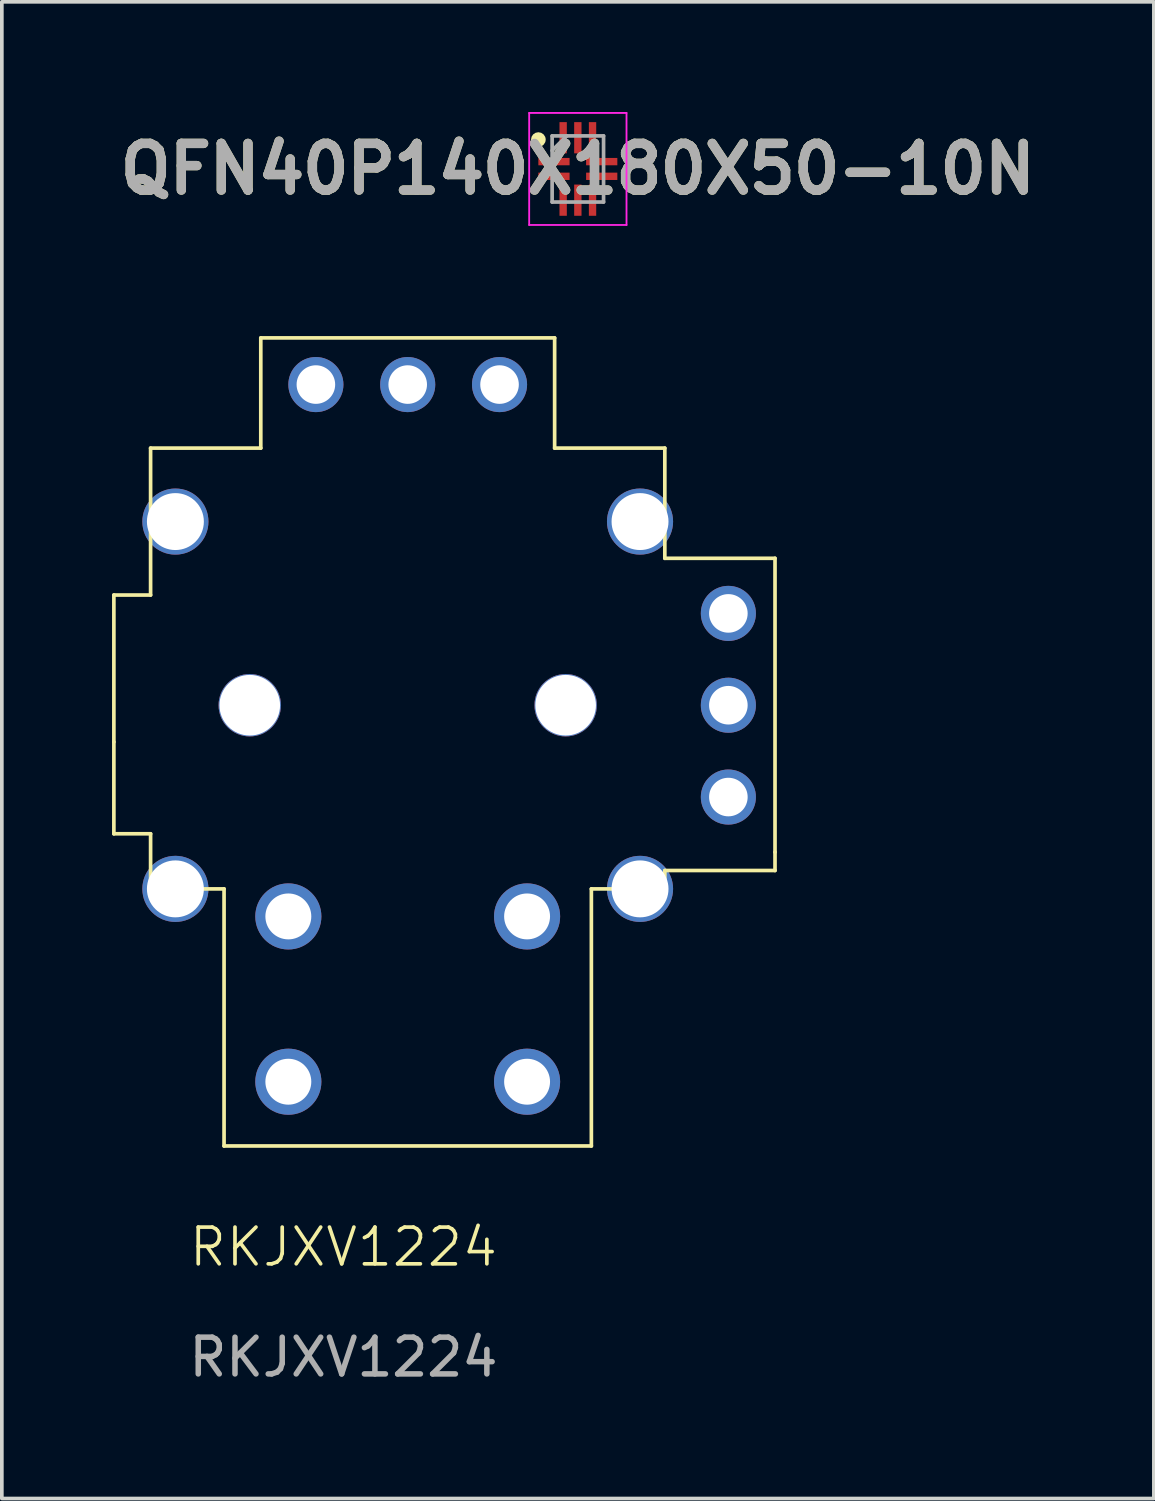
<source format=kicad_pcb>
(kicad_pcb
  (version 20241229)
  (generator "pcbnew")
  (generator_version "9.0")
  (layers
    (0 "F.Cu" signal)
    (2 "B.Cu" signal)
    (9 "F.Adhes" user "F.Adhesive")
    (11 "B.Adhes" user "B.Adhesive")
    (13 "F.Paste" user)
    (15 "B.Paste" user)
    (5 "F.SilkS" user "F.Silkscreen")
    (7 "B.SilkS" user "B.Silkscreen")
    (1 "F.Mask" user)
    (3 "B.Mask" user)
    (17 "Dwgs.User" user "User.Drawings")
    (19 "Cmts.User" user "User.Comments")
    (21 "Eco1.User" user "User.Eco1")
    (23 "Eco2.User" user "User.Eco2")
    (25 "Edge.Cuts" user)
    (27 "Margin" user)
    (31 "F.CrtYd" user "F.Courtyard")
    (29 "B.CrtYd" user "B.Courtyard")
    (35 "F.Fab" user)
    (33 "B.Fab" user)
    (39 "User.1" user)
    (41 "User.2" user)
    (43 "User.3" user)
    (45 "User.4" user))
  (footprint "QFN40P140X180X50-10N"
    (layer "F.Cu")
    (at 12.682 1.55)
    (property "Reference" "QFN40P140X180X50-10N" (at 0 0 0) (layer "F.SilkS") (effects (font (size 1.27 1.27) (thickness 0.254))))
    (attr smd)
    (fp_circle (center -1.075 -0.8) (end -1.075 -0.7) (stroke (width 0.2) (type solid)) (fill no) (layer "F.SilkS"))
    (fp_line (start -1.325 -1.525) (end 1.325 -1.525) (stroke (width 0.05) (type solid)) (layer "F.CrtYd"))
    (fp_line (start -1.325 1.525) (end -1.325 -1.525) (stroke (width 0.05) (type solid)) (layer "F.CrtYd"))
    (fp_line (start 1.325 -1.525) (end 1.325 1.525) (stroke (width 0.05) (type solid)) (layer "F.CrtYd"))
    (fp_line (start 1.325 1.525) (end -1.325 1.525) (stroke (width 0.05) (type solid)) (layer "F.CrtYd"))
    (fp_line (start -0.7 -0.9) (end 0.7 -0.9) (stroke (width 0.1) (type solid)) (layer "F.Fab"))
    (fp_line (start -0.7 -0.5) (end -0.3 -0.9) (stroke (width 0.1) (type solid)) (layer "F.Fab"))
    (fp_line (start -0.7 0.9) (end -0.7 -0.9) (stroke (width 0.1) (type solid)) (layer "F.Fab"))
    (fp_line (start 0.7 -0.9) (end 0.7 0.9) (stroke (width 0.1) (type solid)) (layer "F.Fab"))
    (fp_line (start 0.7 0.9) (end -0.7 0.9) (stroke (width 0.1) (type solid)) (layer "F.Fab"))
    (fp_text user "${REFERENCE}" (at 0 0 0) (layer "F.Fab") (effects (font (size 1.27 1.27) (thickness 0.254))))
    (pad "1" smd rect (at -0.65 -0.2 90) (size 0.2 0.85) (layers "F.Cu" "F.Mask" "F.Paste"))
    (pad "2" smd rect (at -0.65 0.2 90) (size 0.2 0.85) (layers "F.Cu" "F.Mask" "F.Paste"))
    (pad "3" smd rect (at -0.4 0.85) (size 0.2 0.85) (layers "F.Cu" "F.Mask" "F.Paste"))
    (pad "4" smd rect (at 0 0.85) (size 0.2 0.85) (layers "F.Cu" "F.Mask" "F.Paste"))
    (pad "5" smd rect (at 0.4 0.85) (size 0.2 0.85) (layers "F.Cu" "F.Mask" "F.Paste"))
    (pad "6" smd rect (at 0.65 0.2 90) (size 0.2 0.85) (layers "F.Cu" "F.Mask" "F.Paste"))
    (pad "7" smd rect (at 0.65 -0.2 90) (size 0.2 0.85) (layers "F.Cu" "F.Mask" "F.Paste"))
    (pad "8" smd rect (at 0.4 -0.85) (size 0.2 0.85) (layers "F.Cu" "F.Mask" "F.Paste"))
    (pad "9" smd rect (at 0 -0.85) (size 0.2 0.85) (layers "F.Cu" "F.Mask" "F.Paste"))
    (pad "10" smd rect (at -0.4 -0.85) (size 0.2 0.85) (layers "F.Cu" "F.Mask" "F.Paste")))
  (footprint "RKJXV1224"
    (layer "F.Cu")
    (at 8.05 24.15)
    (property "Reference" "RKJXV1224" (at -1.75 6.75 0) (unlocked yes) (layer "F.SilkS") (effects (font (size 1 1) (thickness 0.1))))
    (attr through_hole)
    (fp_line (start -8 -11) (end -8 -7) (stroke (width 0.1) (type default)) (layer "F.SilkS"))
    (fp_line (start -8 -7) (end -8 -4.5) (stroke (width 0.1) (type default)) (layer "F.SilkS"))
    (fp_line (start -8 -4.5) (end -7 -4.5) (stroke (width 0.1) (type default)) (layer "F.SilkS"))
    (fp_line (start -7 -15) (end -4 -15) (stroke (width 0.1) (type default)) (layer "F.SilkS"))
    (fp_line (start -7 -11) (end -8 -11) (stroke (width 0.1) (type default)) (layer "F.SilkS"))
    (fp_line (start -7 -11) (end -7 -15) (stroke (width 0.1) (type default)) (layer "F.SilkS"))
    (fp_line (start -7 -4.5) (end -7 -3) (stroke (width 0.1) (type default)) (layer "F.SilkS"))
    (fp_line (start -5 -3) (end -7 -3) (stroke (width 0.1) (type default)) (layer "F.SilkS"))
    (fp_line (start -5 4) (end -5 -3) (stroke (width 0.1) (type default)) (layer "F.SilkS"))
    (fp_line (start -4 -18) (end 4 -18) (stroke (width 0.1) (type default)) (layer "F.SilkS"))
    (fp_line (start -4 -15) (end -4 -18) (stroke (width 0.1) (type default)) (layer "F.SilkS"))
    (fp_line (start 4 -18) (end 4 -15) (stroke (width 0.1) (type default)) (layer "F.SilkS"))
    (fp_line (start 4 -15) (end 7 -15) (stroke (width 0.1) (type default)) (layer "F.SilkS"))
    (fp_line (start 5 -3) (end 5 4) (stroke (width 0.1) (type default)) (layer "F.SilkS"))
    (fp_line (start 5 -3) (end 7 -3) (stroke (width 0.1) (type default)) (layer "F.SilkS"))
    (fp_line (start 5 4) (end -5 4) (stroke (width 0.1) (type default)) (layer "F.SilkS"))
    (fp_line (start 7 -15) (end 7 -12) (stroke (width 0.1) (type default)) (layer "F.SilkS"))
    (fp_line (start 7 -12) (end 10 -12) (stroke (width 0.1) (type default)) (layer "F.SilkS"))
    (fp_line (start 7 -3.5) (end 7 -3) (stroke (width 0.1) (type default)) (layer "F.SilkS"))
    (fp_line (start 10 -12) (end 10 -4) (stroke (width 0.1) (type default)) (layer "F.SilkS"))
    (fp_line (start 10 -4) (end 10 -3.5) (stroke (width 0.1) (type default)) (layer "F.SilkS"))
    (fp_line (start 10 -3.5) (end 7 -3.5) (stroke (width 0.1) (type default)) (layer "F.SilkS"))
    (fp_text user "${REFERENCE}" (at -1.75 9.75 0) (unlocked yes) (layer "F.Fab") (effects (font (size 1 1) (thickness 0.15))))
    (pad "" np_thru_hole circle (at -4.3 -8) (size 1.7 1.7) (drill 1.65) (layers "*.Cu" "*.Mask"))
    (pad "" np_thru_hole circle (at 4.3 -8) (size 1.7 1.7) (drill 1.65) (layers "*.Cu" "*.Mask"))
    (pad "7" thru_hole circle (at -6.325 -13) (size 1.8 1.8) (drill 1.55) (layers "*.Cu" "*.Mask"))
    (pad "8" thru_hole circle (at 6.325 -13) (size 1.8 1.8) (drill 1.55) (layers "*.Cu" "*.Mask"))
    (pad "9" thru_hole circle (at -6.325 -3) (size 1.8 1.8) (drill 1.55) (layers "*.Cu" "*.Mask"))
    (pad "10" thru_hole circle (at 6.325 -3) (size 1.8 1.8) (drill 1.55) (layers "*.Cu" "*.Mask"))
    (pad "VR1_1" thru_hole circle (at 8.73 -5.5) (size 1.5 1.5) (drill 1.05) (layers "*.Cu" "*.Mask"))
    (pad "VR1_2" thru_hole circle (at 8.73 -8) (size 1.5 1.5) (drill 1.05) (layers "*.Cu" "*.Mask"))
    (pad "VR1_3" thru_hole circle (at 8.73 -10.5) (size 1.5 1.5) (drill 1.05) (layers "*.Cu" "*.Mask"))
    (pad "VR2_1" thru_hole circle (at 2.5 -16.73) (size 1.5 1.5) (drill 1.05) (layers "*.Cu" "*.Mask"))
    (pad "VR2_2" thru_hole circle (at 0 -16.73) (size 1.5 1.5) (drill 1.05) (layers "*.Cu" "*.Mask"))
    (pad "VR2_3" thru_hole circle (at -2.5 -16.73) (size 1.5 1.5) (drill 1.05) (layers "*.Cu" "*.Mask"))
    (pad "a" thru_hole circle (at -3.25 -2.25) (size 1.8 1.8) (drill 1.25) (layers "*.Cu" "*.Mask"))
    (pad "b" thru_hole circle (at -3.25 2.25) (size 1.8 1.8) (drill 1.25) (layers "*.Cu" "*.Mask"))
    (pad "c" thru_hole circle (at 3.25 -2.25) (size 1.8 1.8) (drill 1.25) (layers "*.Cu" "*.Mask"))
    (pad "d" thru_hole circle (at 3.25 2.25) (size 1.8 1.8) (drill 1.25) (layers "*.Cu" "*.Mask")))
  (gr_rect
    (start -3 -3)
    (end 28.364 37.748)
    (stroke (width 0.1) (type default))
    (fill no)
    (layer "Edge.Cuts")))
</source>
